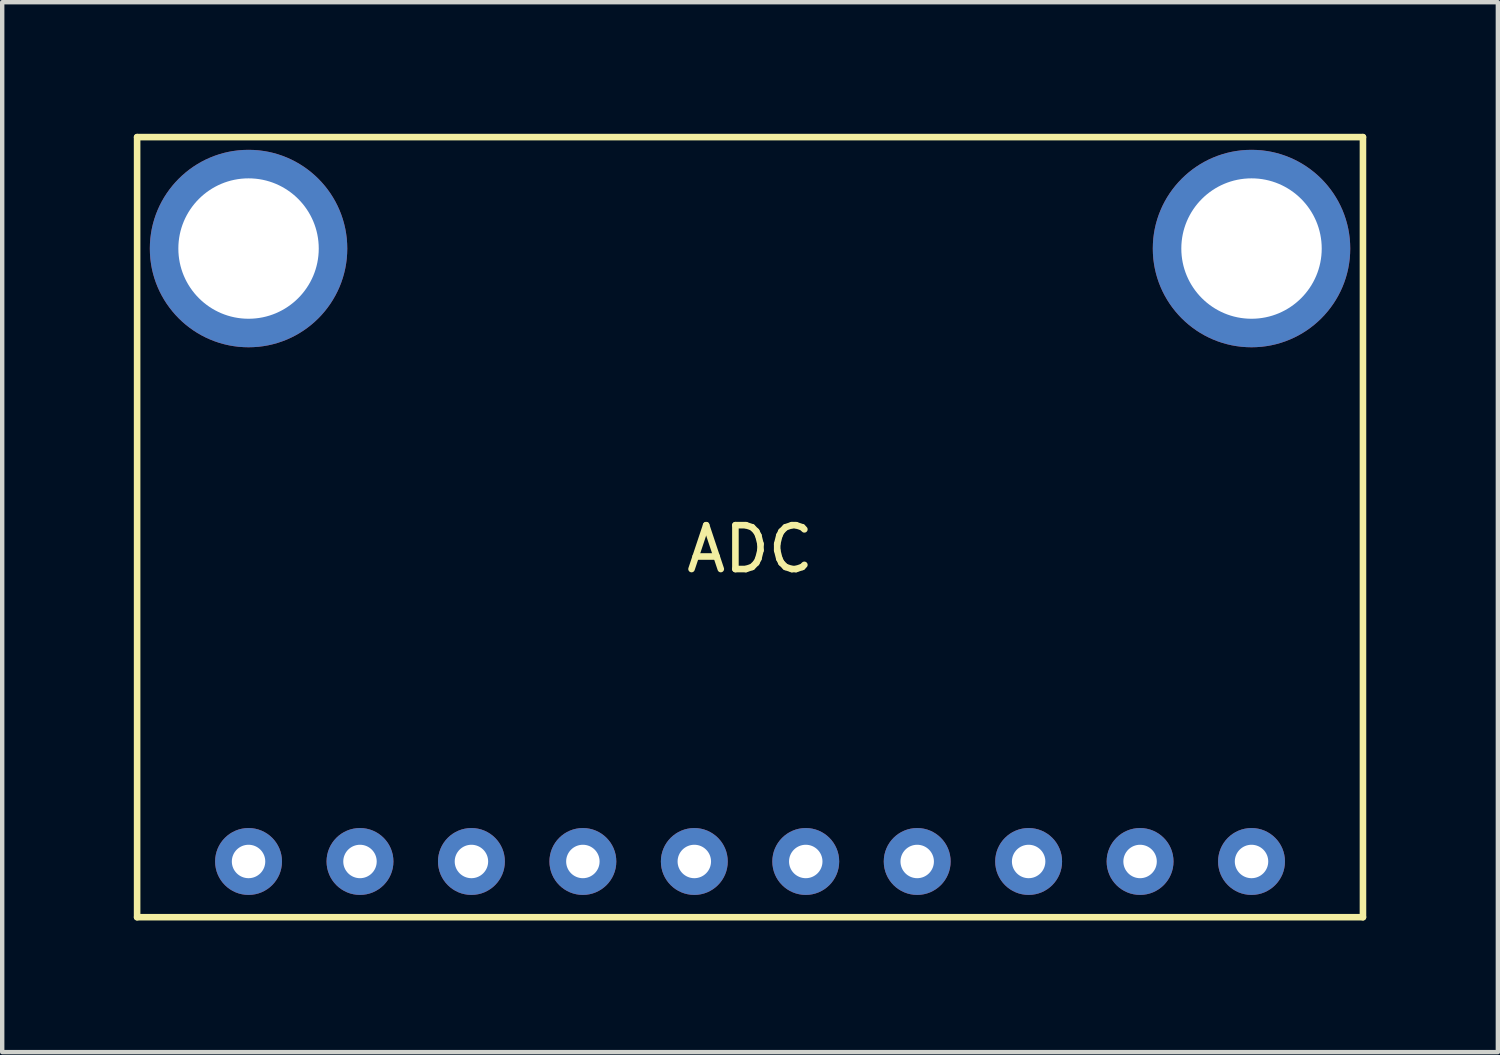
<source format=kicad_pcb>
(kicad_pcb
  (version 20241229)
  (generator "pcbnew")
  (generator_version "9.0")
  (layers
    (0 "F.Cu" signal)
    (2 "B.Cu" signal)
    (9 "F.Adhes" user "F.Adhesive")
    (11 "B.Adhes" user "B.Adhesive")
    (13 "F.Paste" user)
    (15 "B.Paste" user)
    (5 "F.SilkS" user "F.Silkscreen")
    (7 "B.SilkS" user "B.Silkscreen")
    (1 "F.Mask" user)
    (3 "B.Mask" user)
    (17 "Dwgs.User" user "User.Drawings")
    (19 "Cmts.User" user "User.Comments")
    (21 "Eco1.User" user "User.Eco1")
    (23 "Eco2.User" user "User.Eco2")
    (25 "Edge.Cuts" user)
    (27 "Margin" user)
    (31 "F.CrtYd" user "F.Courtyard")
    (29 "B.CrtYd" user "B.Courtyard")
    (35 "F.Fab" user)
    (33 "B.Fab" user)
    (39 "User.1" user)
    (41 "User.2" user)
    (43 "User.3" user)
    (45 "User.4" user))
  (footprint "ADC"
    (layer "F.Cu")
    (at 14.045 8.965)
    (property "Reference" "ADC" (at 0 0.5 0) (layer "F.SilkS") (effects (font (size 1 1) (thickness 0.15))))
    (attr through_hole)
    (fp_line (start -13.97 -8.89) (end 13.97 -8.89) (stroke (width 0.15) (type solid)) (layer "F.SilkS"))
    (fp_line (start -13.97 8.89) (end -13.97 -8.89) (stroke (width 0.15) (type solid)) (layer "F.SilkS"))
    (fp_line (start 13.97 -8.89) (end 13.97 8.89) (stroke (width 0.15) (type solid)) (layer "F.SilkS"))
    (fp_line (start 13.97 8.89) (end -13.97 8.89) (stroke (width 0.15) (type solid)) (layer "F.SilkS"))
    (pad "1" thru_hole circle (at -11.43 7.62) (size 1.524 1.524) (drill 0.762) (layers "*.Cu" "*.Mask"))
    (pad "2" thru_hole circle (at -8.89 7.62) (size 1.524 1.524) (drill 0.762) (layers "*.Cu" "*.Mask"))
    (pad "3" thru_hole circle (at -6.35 7.62) (size 1.524 1.524) (drill 0.762) (layers "*.Cu" "*.Mask"))
    (pad "4" thru_hole circle (at -3.81 7.62) (size 1.524 1.524) (drill 0.762) (layers "*.Cu" "*.Mask"))
    (pad "5" thru_hole circle (at -1.27 7.62) (size 1.524 1.524) (drill 0.762) (layers "*.Cu" "*.Mask"))
    (pad "6" thru_hole circle (at 1.27 7.62) (size 1.524 1.524) (drill 0.762) (layers "*.Cu" "*.Mask"))
    (pad "7" thru_hole circle (at 3.81 7.62) (size 1.524 1.524) (drill 0.762) (layers "*.Cu" "*.Mask"))
    (pad "8" thru_hole circle (at 6.35 7.62) (size 1.524 1.524) (drill 0.762) (layers "*.Cu" "*.Mask"))
    (pad "9" thru_hole circle (at 8.89 7.62) (size 1.524 1.524) (drill 0.762) (layers "*.Cu" "*.Mask"))
    (pad "10" thru_hole circle (at 11.43 7.62) (size 1.524 1.524) (drill 0.762) (layers "*.Cu" "*.Mask"))
    (pad "11" thru_hole circle (at -11.43 -6.35) (size 4.5 4.5) (drill 3.2) (layers "*.Cu" "*.Mask"))
    (pad "12" thru_hole circle (at 11.43 -6.35) (size 4.5 4.5) (drill 3.2) (layers "*.Cu" "*.Mask")))
  (gr_rect
    (start -3 -3)
    (end 31.09 20.93)
    (stroke (width 0.1) (type default))
    (fill no)
    (layer "Edge.Cuts")))
</source>
